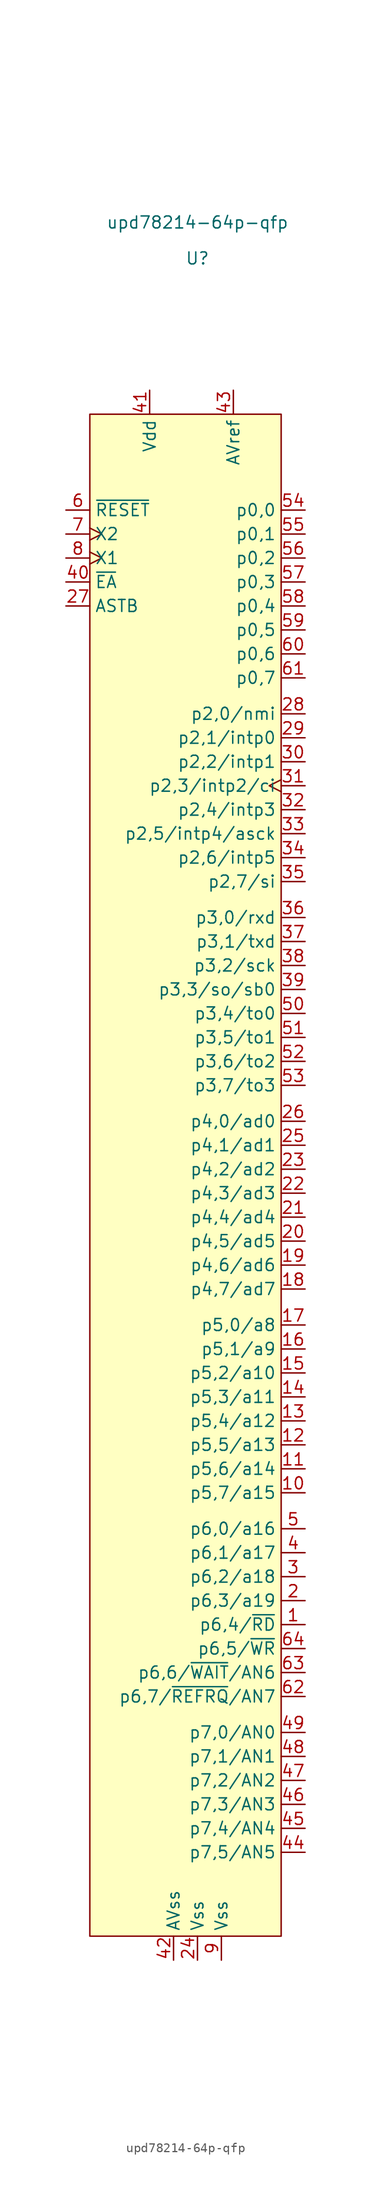
<source format=kicad_sym>
(kicad_symbol_lib
  (version 20211014)
  (generator kicad_symbol_editor)
  (symbol "upd78214-64p-qfp"
    (property "Reference" "U"
      (at 0 17.78 0)
      (effects (font (size 1.27 1.27))))
    (property "Value" "upd78214-64p-qfp"
      (at 0 21.59 0)
      (effects (font (size 1.27 1.27))))
    (symbol "upd78214-64p-qfp_0_0"
      (rectangle (start 8.89 -160.02) (end -11.43 1.27) (stroke (width 0) (type default) (color 0 0 0 0)) (fill (type background))))
    (symbol "upd78214-64p-qfp_1_1"
      (pin bidirectional line (at 11.43 -127 180) (length 2.54) (name "p6,4/~{RD}" (effects (font (size 1.27 1.27)))) (number "1" (effects (font (size 1.27 1.27)))))
      (pin bidirectional line (at 11.43 -113.03 180) (length 2.54) (name "p5,7/a15" (effects (font (size 1.27 1.27)))) (number "10" (effects (font (size 1.27 1.27)))))
      (pin bidirectional line (at 11.43 -110.49 180) (length 2.54) (name "p5,6/a14" (effects (font (size 1.27 1.27)))) (number "11" (effects (font (size 1.27 1.27)))))
      (pin bidirectional line (at 11.43 -107.95 180) (length 2.54) (name "p5,5/a13" (effects (font (size 1.27 1.27)))) (number "12" (effects (font (size 1.27 1.27)))))
      (pin bidirectional line (at 11.43 -105.41 180) (length 2.54) (name "p5,4/a12" (effects (font (size 1.27 1.27)))) (number "13" (effects (font (size 1.27 1.27)))))
      (pin bidirectional line (at 11.43 -102.87 180) (length 2.54) (name "p5,3/a11" (effects (font (size 1.27 1.27)))) (number "14" (effects (font (size 1.27 1.27)))))
      (pin bidirectional line (at 11.43 -100.33 180) (length 2.54) (name "p5,2/a10" (effects (font (size 1.27 1.27)))) (number "15" (effects (font (size 1.27 1.27)))))
      (pin bidirectional line (at 11.43 -97.79 180) (length 2.54) (name "p5,1/a9" (effects (font (size 1.27 1.27)))) (number "16" (effects (font (size 1.27 1.27)))))
      (pin bidirectional line (at 11.43 -95.25 180) (length 2.54) (name "p5,0/a8" (effects (font (size 1.27 1.27)))) (number "17" (effects (font (size 1.27 1.27)))))
      (pin bidirectional line (at 11.43 -91.44 180) (length 2.54) (name "p4,7/ad7" (effects (font (size 1.27 1.27)))) (number "18" (effects (font (size 1.27 1.27)))))
      (pin bidirectional line (at 11.43 -88.9 180) (length 2.54) (name "p4,6/ad6" (effects (font (size 1.27 1.27)))) (number "19" (effects (font (size 1.27 1.27)))))
      (pin bidirectional line (at 11.43 -124.46 180) (length 2.54) (name "p6,3/a19" (effects (font (size 1.27 1.27)))) (number "2" (effects (font (size 1.27 1.27)))))
      (pin bidirectional line (at 11.43 -86.36 180) (length 2.54) (name "p4,5/ad5" (effects (font (size 1.27 1.27)))) (number "20" (effects (font (size 1.27 1.27)))))
      (pin bidirectional line (at 11.43 -83.82 180) (length 2.54) (name "p4,4/ad4" (effects (font (size 1.27 1.27)))) (number "21" (effects (font (size 1.27 1.27)))))
      (pin bidirectional line (at 11.43 -81.28 180) (length 2.54) (name "p4,3/ad3" (effects (font (size 1.27 1.27)))) (number "22" (effects (font (size 1.27 1.27)))))
      (pin bidirectional line (at 11.43 -78.74 180) (length 2.54) (name "p4,2/ad2" (effects (font (size 1.27 1.27)))) (number "23" (effects (font (size 1.27 1.27)))))
      (pin power_in line (at 0 -162.56 90) (length 2.54) (name "Vss" (effects (font (size 1.27 1.27)))) (number "24" (effects (font (size 1.27 1.27)))))
      (pin bidirectional line (at 11.43 -76.2 180) (length 2.54) (name "p4,1/ad1" (effects (font (size 1.27 1.27)))) (number "25" (effects (font (size 1.27 1.27)))))
      (pin bidirectional line (at 11.43 -73.66 180) (length 2.54) (name "p4,0/ad0" (effects (font (size 1.27 1.27)))) (number "26" (effects (font (size 1.27 1.27)))))
      (pin output line (at -13.97 -19.05 0) (length 2.54) (name "ASTB" (effects (font (size 1.27 1.27)))) (number "27" (effects (font (size 1.27 1.27)))))
      (pin input line (at 11.43 -30.48 180) (length 2.54) (name "p2,0/nmi" (effects (font (size 1.27 1.27)))) (number "28" (effects (font (size 1.27 1.27)))))
      (pin input line (at 11.43 -33.02 180) (length 2.54) (name "p2,1/intp0" (effects (font (size 1.27 1.27)))) (number "29" (effects (font (size 1.27 1.27)))))
      (pin bidirectional line (at 11.43 -121.92 180) (length 2.54) (name "p6,2/a18" (effects (font (size 1.27 1.27)))) (number "3" (effects (font (size 1.27 1.27)))))
      (pin input line (at 11.43 -35.56 180) (length 2.54) (name "p2,2/intp1" (effects (font (size 1.27 1.27)))) (number "30" (effects (font (size 1.27 1.27)))))
      (pin input clock (at 11.43 -38.1 180) (length 2.54) (name "p2,3/intp2/ci" (effects (font (size 1.27 1.27)))) (number "31" (effects (font (size 1.27 1.27)))))
      (pin input line (at 11.43 -40.64 180) (length 2.54) (name "p2,4/intp3" (effects (font (size 1.27 1.27)))) (number "32" (effects (font (size 1.27 1.27)))))
      (pin input line (at 11.43 -43.18 180) (length 2.54) (name "p2,5/intp4/asck" (effects (font (size 1.27 1.27)))) (number "33" (effects (font (size 1.27 1.27)))))
      (pin input line (at 11.43 -45.72 180) (length 2.54) (name "p2,6/intp5" (effects (font (size 1.27 1.27)))) (number "34" (effects (font (size 1.27 1.27)))))
      (pin input line (at 11.43 -48.26 180) (length 2.54) (name "p2,7/si" (effects (font (size 1.27 1.27)))) (number "35" (effects (font (size 1.27 1.27)))))
      (pin bidirectional line (at 11.43 -52.07 180) (length 2.54) (name "p3,0/rxd" (effects (font (size 1.27 1.27)))) (number "36" (effects (font (size 1.27 1.27)))))
      (pin bidirectional line (at 11.43 -54.61 180) (length 2.54) (name "p3,1/txd" (effects (font (size 1.27 1.27)))) (number "37" (effects (font (size 1.27 1.27)))))
      (pin bidirectional line (at 11.43 -57.15 180) (length 2.54) (name "p3,2/sck" (effects (font (size 1.27 1.27)))) (number "38" (effects (font (size 1.27 1.27)))))
      (pin bidirectional line (at 11.43 -59.69 180) (length 2.54) (name "p3,3/so/sb0" (effects (font (size 1.27 1.27)))) (number "39" (effects (font (size 1.27 1.27)))))
      (pin bidirectional line (at 11.43 -119.38 180) (length 2.54) (name "p6,1/a17" (effects (font (size 1.27 1.27)))) (number "4" (effects (font (size 1.27 1.27)))))
      (pin input line (at -13.97 -16.51 0) (length 2.54) (name "~{EA}" (effects (font (size 1.27 1.27)))) (number "40" (effects (font (size 1.27 1.27)))))
      (pin power_in line (at -5.08 3.81 270) (length 2.54) (name "Vdd" (effects (font (size 1.27 1.27)))) (number "41" (effects (font (size 1.27 1.27)))))
      (pin power_in line (at -2.54 -162.56 90) (length 2.54) (name "AVss" (effects (font (size 1.27 1.27)))) (number "42" (effects (font (size 1.27 1.27)))))
      (pin power_in line (at 3.81 3.81 270) (length 2.54) (name "AVref" (effects (font (size 1.27 1.27)))) (number "43" (effects (font (size 1.27 1.27)))))
      (pin input line (at 11.43 -151.13 180) (length 2.54) (name "p7,5/AN5" (effects (font (size 1.27 1.27)))) (number "44" (effects (font (size 1.27 1.27)))))
      (pin input line (at 11.43 -148.59 180) (length 2.54) (name "p7,4/AN4" (effects (font (size 1.27 1.27)))) (number "45" (effects (font (size 1.27 1.27)))))
      (pin input line (at 11.43 -146.05 180) (length 2.54) (name "p7,3/AN3" (effects (font (size 1.27 1.27)))) (number "46" (effects (font (size 1.27 1.27)))))
      (pin input line (at 11.43 -143.51 180) (length 2.54) (name "p7,2/AN2" (effects (font (size 1.27 1.27)))) (number "47" (effects (font (size 1.27 1.27)))))
      (pin input line (at 11.43 -140.97 180) (length 2.54) (name "p7,1/AN1" (effects (font (size 1.27 1.27)))) (number "48" (effects (font (size 1.27 1.27)))))
      (pin input line (at 11.43 -138.43 180) (length 2.54) (name "p7,0/AN0" (effects (font (size 1.27 1.27)))) (number "49" (effects (font (size 1.27 1.27)))))
      (pin bidirectional line (at 11.43 -116.84 180) (length 2.54) (name "p6,0/a16" (effects (font (size 1.27 1.27)))) (number "5" (effects (font (size 1.27 1.27)))))
      (pin bidirectional line (at 11.43 -62.23 180) (length 2.54) (name "p3,4/to0" (effects (font (size 1.27 1.27)))) (number "50" (effects (font (size 1.27 1.27)))))
      (pin bidirectional line (at 11.43 -64.77 180) (length 2.54) (name "p3,5/to1" (effects (font (size 1.27 1.27)))) (number "51" (effects (font (size 1.27 1.27)))))
      (pin bidirectional line (at 11.43 -67.31 180) (length 2.54) (name "p3,6/to2" (effects (font (size 1.27 1.27)))) (number "52" (effects (font (size 1.27 1.27)))))
      (pin bidirectional line (at 11.43 -69.85 180) (length 2.54) (name "p3,7/to3" (effects (font (size 1.27 1.27)))) (number "53" (effects (font (size 1.27 1.27)))))
      (pin output line (at 11.43 -8.89 180) (length 2.54) (name "p0,0" (effects (font (size 1.27 1.27)))) (number "54" (effects (font (size 1.27 1.27)))))
      (pin output line (at 11.43 -11.43 180) (length 2.54) (name "p0,1" (effects (font (size 1.27 1.27)))) (number "55" (effects (font (size 1.27 1.27)))))
      (pin output line (at 11.43 -13.97 180) (length 2.54) (name "p0,2" (effects (font (size 1.27 1.27)))) (number "56" (effects (font (size 1.27 1.27)))))
      (pin output line (at 11.43 -16.51 180) (length 2.54) (name "p0,3" (effects (font (size 1.27 1.27)))) (number "57" (effects (font (size 1.27 1.27)))))
      (pin output line (at 11.43 -19.05 180) (length 2.54) (name "p0,4" (effects (font (size 1.27 1.27)))) (number "58" (effects (font (size 1.27 1.27)))))
      (pin output line (at 11.43 -21.59 180) (length 2.54) (name "p0,5" (effects (font (size 1.27 1.27)))) (number "59" (effects (font (size 1.27 1.27)))))
      (pin input line (at -13.97 -8.89 0) (length 2.54) (name "~{RESET}" (effects (font (size 1.27 1.27)))) (number "6" (effects (font (size 1.27 1.27)))))
      (pin output line (at 11.43 -24.13 180) (length 2.54) (name "p0,6" (effects (font (size 1.27 1.27)))) (number "60" (effects (font (size 1.27 1.27)))))
      (pin output line (at 11.43 -26.67 180) (length 2.54) (name "p0,7" (effects (font (size 1.27 1.27)))) (number "61" (effects (font (size 1.27 1.27)))))
      (pin bidirectional line (at 11.43 -134.62 180) (length 2.54) (name "p6,7/~{REFRQ}/AN7" (effects (font (size 1.27 1.27)))) (number "62" (effects (font (size 1.27 1.27)))))
      (pin bidirectional line (at 11.43 -132.08 180) (length 2.54) (name "p6,6/~{WAIT}/AN6" (effects (font (size 1.27 1.27)))) (number "63" (effects (font (size 1.27 1.27)))))
      (pin bidirectional line (at 11.43 -129.54 180) (length 2.54) (name "p6,5/~{WR}" (effects (font (size 1.27 1.27)))) (number "64" (effects (font (size 1.27 1.27)))))
      (pin input clock (at -13.97 -11.43 0) (length 2.54) (name "X2" (effects (font (size 1.27 1.27)))) (number "7" (effects (font (size 1.27 1.27)))))
      (pin input clock (at -13.97 -13.97 0) (length 2.54) (name "X1" (effects (font (size 1.27 1.27)))) (number "8" (effects (font (size 1.27 1.27)))))
      (pin power_in line (at 2.54 -162.56 90) (length 2.54) (name "Vss" (effects (font (size 1.27 1.27)))) (number "9" (effects (font (size 1.27 1.27))))))))
</source>
